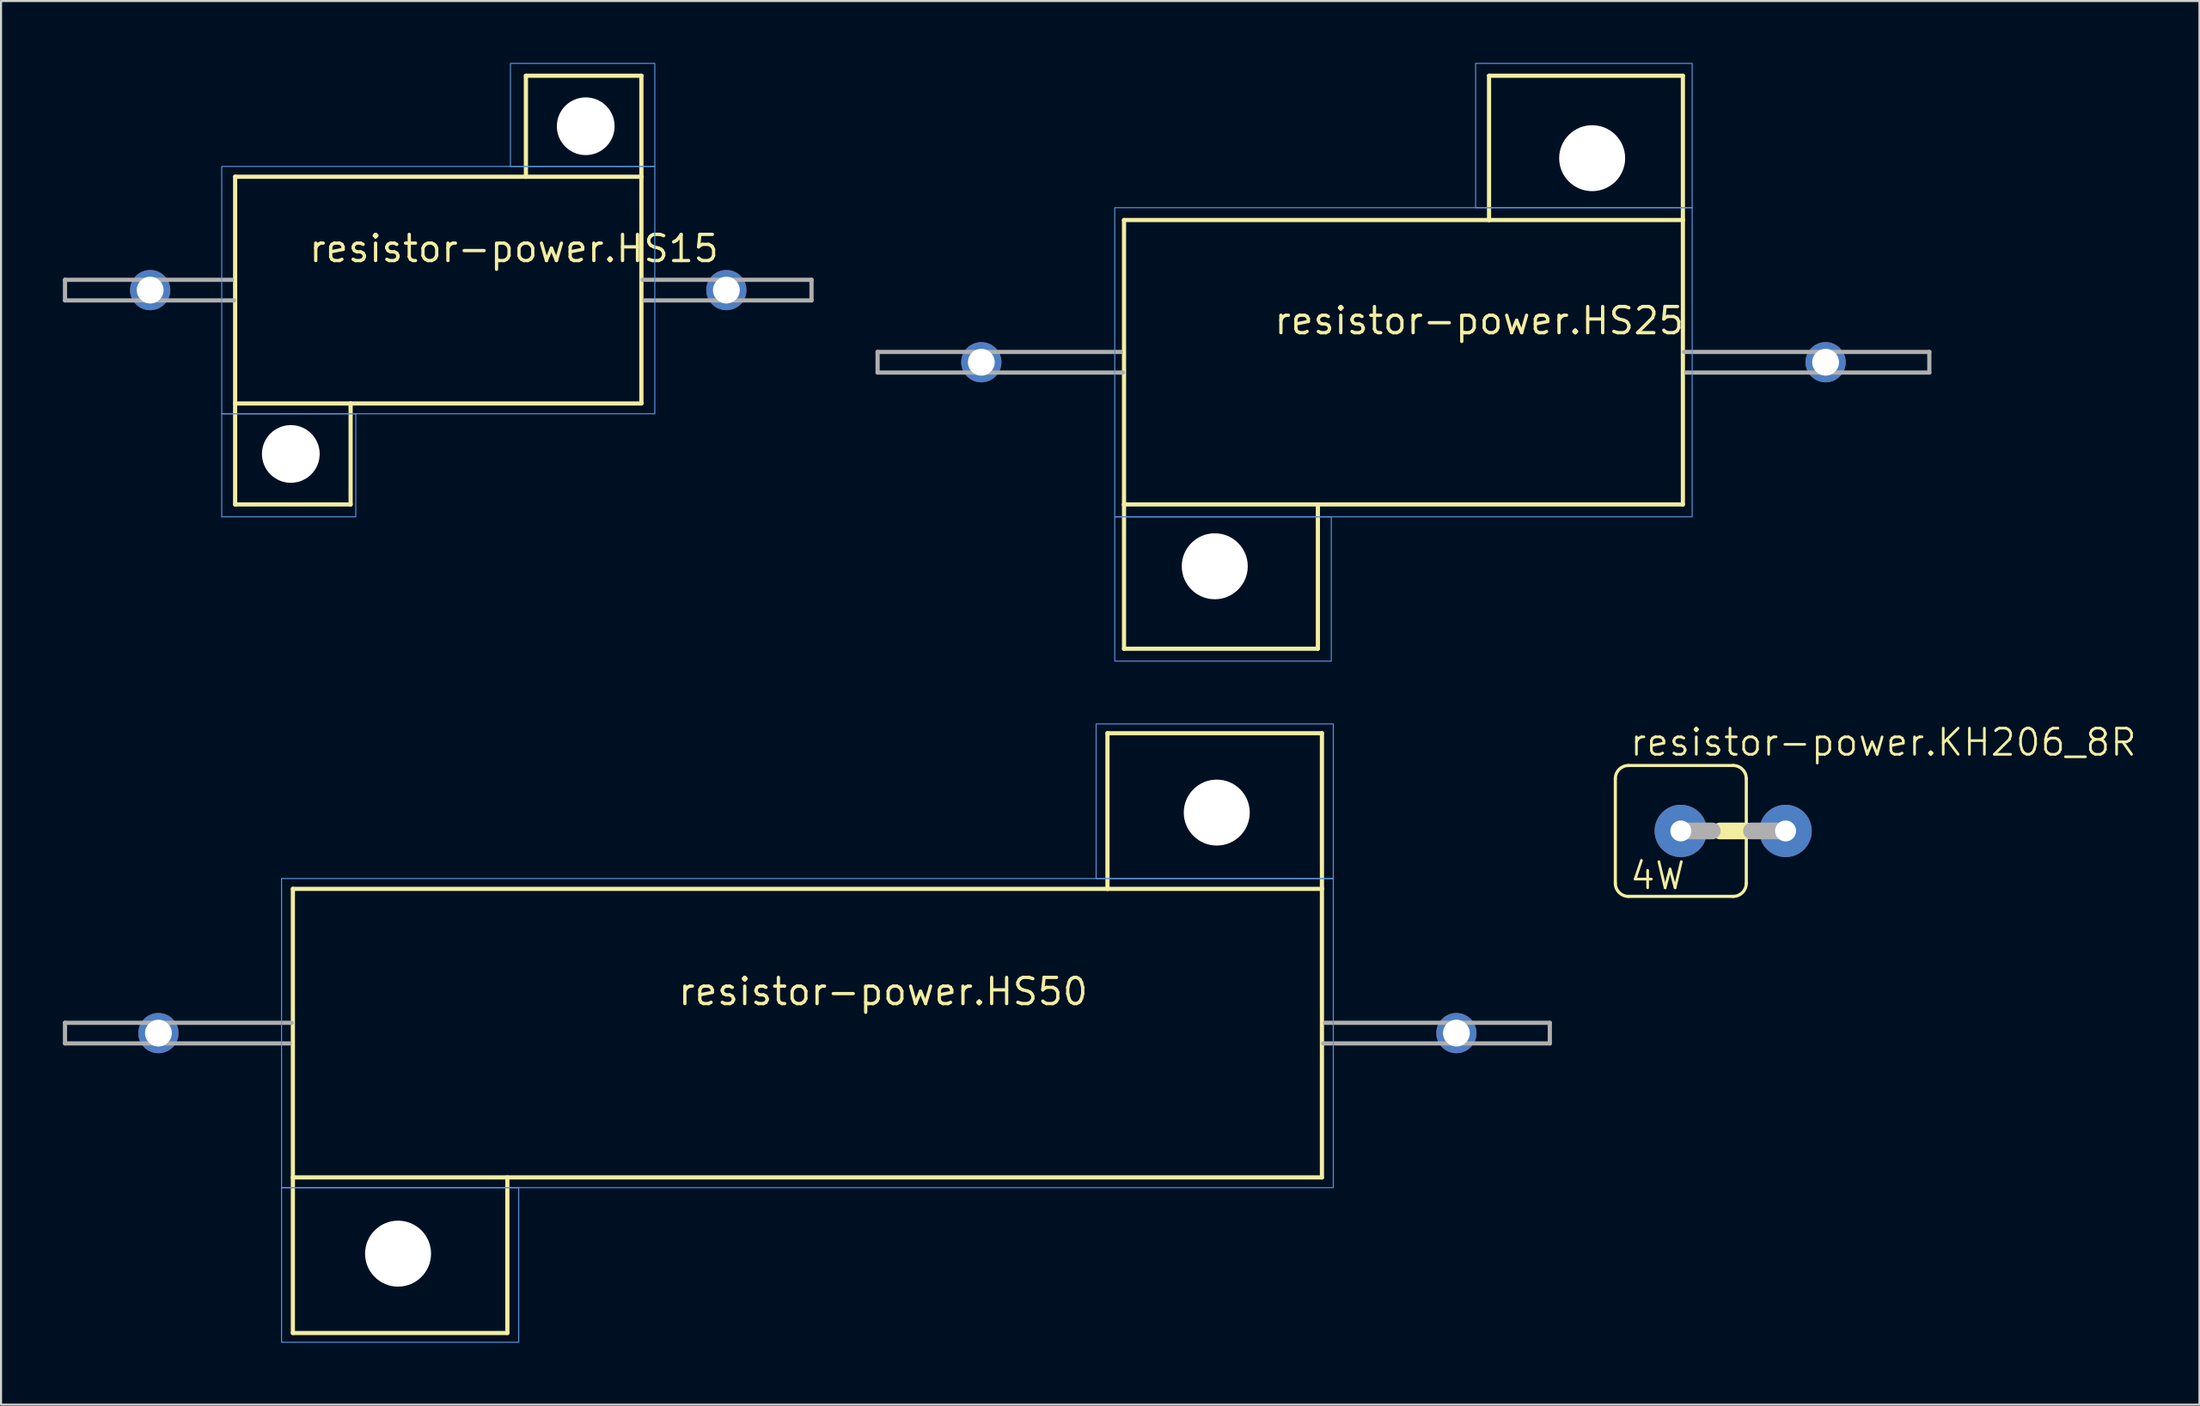
<source format=kicad_pcb>
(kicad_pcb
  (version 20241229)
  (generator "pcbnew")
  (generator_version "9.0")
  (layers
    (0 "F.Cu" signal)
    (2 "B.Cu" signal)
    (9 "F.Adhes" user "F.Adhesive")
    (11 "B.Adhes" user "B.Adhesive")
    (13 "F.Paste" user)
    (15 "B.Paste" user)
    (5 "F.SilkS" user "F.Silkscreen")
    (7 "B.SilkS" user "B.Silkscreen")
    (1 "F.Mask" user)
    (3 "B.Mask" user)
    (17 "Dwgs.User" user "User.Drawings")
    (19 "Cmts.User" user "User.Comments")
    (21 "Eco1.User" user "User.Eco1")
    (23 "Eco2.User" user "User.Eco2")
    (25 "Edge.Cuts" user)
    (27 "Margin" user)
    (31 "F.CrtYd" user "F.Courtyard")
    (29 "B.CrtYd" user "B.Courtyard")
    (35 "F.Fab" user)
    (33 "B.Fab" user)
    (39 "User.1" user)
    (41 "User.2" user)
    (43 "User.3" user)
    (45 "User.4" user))
  (footprint "resistor-power.HS15"
    (layer "F.Cu")
    (at 18.202 11.025)
    (property "Reference" "resistor-power.HS15" (at -6.35 -1.27 0) (layer "F.SilkS") (effects (font (size 1.27 1.27) (thickness 0.16)) (justify left bottom)))
    (attr through_hole)
    (fp_line (start -9.85 -5.5) (end -9.85 5.5) (stroke (width 0.203) (type default)) (layer "F.SilkS"))
    (fp_line (start -9.85 5.5) (end -9.85 10.4) (stroke (width 0.203) (type default)) (layer "F.SilkS"))
    (fp_line (start -9.85 5.5) (end -4.25 5.5) (stroke (width 0.203) (type default)) (layer "F.SilkS"))
    (fp_line (start -9.85 10.4) (end -4.25 10.4) (stroke (width 0.203) (type default)) (layer "F.SilkS"))
    (fp_line (start -4.25 5.5) (end -4.25 10.4) (stroke (width 0.203) (type default)) (layer "F.SilkS"))
    (fp_line (start -4.25 5.5) (end 9.85 5.5) (stroke (width 0.203) (type default)) (layer "F.SilkS"))
    (fp_line (start 4.25 -5.5) (end 4.25 -10.4) (stroke (width 0.203) (type default)) (layer "F.SilkS"))
    (fp_line (start 9.85 -10.4) (end 4.25 -10.4) (stroke (width 0.203) (type default)) (layer "F.SilkS"))
    (fp_line (start 9.85 -5.5) (end -9.85 -5.5) (stroke (width 0.203) (type default)) (layer "F.SilkS"))
    (fp_line (start 9.85 -5.5) (end 9.85 -10.4) (stroke (width 0.203) (type default)) (layer "F.SilkS"))
    (fp_line (start 9.85 5.5) (end 9.85 -5.5) (stroke (width 0.203) (type default)) (layer "F.SilkS"))
    (fp_rect (start -10.5 6) (end 10.5 -6) (stroke (width 0.05) (type default)) (fill no) (layer "Cmts.User"))
    (fp_rect (start -10.5 11) (end -4 6) (stroke (width 0.05) (type default)) (fill no) (layer "Cmts.User"))
    (fp_rect (start 3.5 -6) (end 10.5 -11) (stroke (width 0.05) (type default)) (fill no) (layer "Cmts.User"))
    (fp_line (start -18.1 -0.5) (end -10 -0.5) (stroke (width 0.203) (type default)) (layer "F.Fab"))
    (fp_line (start -18.1 0.5) (end -18.1 -0.5) (stroke (width 0.203) (type default)) (layer "F.Fab"))
    (fp_line (start -9.9 0.5) (end -18.1 0.5) (stroke (width 0.203) (type default)) (layer "F.Fab"))
    (fp_line (start 9.9 -0.5) (end 18.1 -0.5) (stroke (width 0.203) (type default)) (layer "F.Fab"))
    (fp_line (start 18.1 -0.5) (end 18.1 0.5) (stroke (width 0.203) (type default)) (layer "F.Fab"))
    (fp_line (start 18.1 0.5) (end 10 0.5) (stroke (width 0.203) (type default)) (layer "F.Fab"))
    (pad "" np_thru_hole circle (at -7.15 7.95) (size 2.8 2.8) (drill 2.8) (layers "*.Cu" "*.Mask"))
    (pad "" np_thru_hole circle (at 7.15 -7.95) (size 2.8 2.8) (drill 2.8) (layers "*.Cu" "*.Mask"))
    (pad "1" thru_hole circle (at -13.97 0) (size 1.95 1.95) (drill 1.3) (layers "*.Cu" "*.Mask"))
    (pad "2" thru_hole circle (at 13.97 0) (size 1.95 1.95) (drill 1.3) (layers "*.Cu" "*.Mask")))
  (footprint "resistor-power.KH206_8R"
    (layer "F.Cu")
    (at 80.994 37.266)
    (property "Reference" "resistor-power.KH206_8R" (at -5.08 -3.556 0) (layer "F.SilkS") (effects (font (size 1.27 1.27) (thickness 0.13)) (justify left bottom)))
    (attr through_hole)
    (fp_line (start -5.715 -2.54) (end -5.715 2.54) (stroke (width 0.152) (type default)) (layer "F.SilkS"))
    (fp_line (start -5.08 3.175) (end 0 3.175) (stroke (width 0.152) (type default)) (layer "F.SilkS"))
    (fp_line (start 0 -3.175) (end -5.08 -3.175) (stroke (width 0.152) (type default)) (layer "F.SilkS"))
    (fp_line (start 0.635 0) (end -0.635 0) (stroke (width 0.813) (type default)) (layer "F.SilkS"))
    (fp_line (start 0.635 0) (end 0.635 -2.54) (stroke (width 0.152) (type default)) (layer "F.SilkS"))
    (fp_line (start 0.635 2.54) (end 0.635 0) (stroke (width 0.152) (type default)) (layer "F.SilkS"))
    (fp_arc (start -5.715 -2.54) (mid -5.529013 -2.989013) (end -5.08 -3.175) (stroke (width 0.1524) (type default)) (layer "F.SilkS"))
    (fp_arc (start -5.08 3.175) (mid -5.529013 2.989013) (end -5.715 2.54) (stroke (width 0.1524) (type default)) (layer "F.SilkS"))
    (fp_arc (start 0 -3.175) (mid 0.449013 -2.989013) (end 0.635 -2.54) (stroke (width 0.1524) (type default)) (layer "F.SilkS"))
    (fp_arc (start 0.635 2.54) (mid 0.449013 2.989013) (end 0 3.175) (stroke (width 0.1524) (type default)) (layer "F.SilkS"))
    (fp_line (start -1.016 0) (end -2.54 0) (stroke (width 0.813) (type default)) (layer "F.Fab"))
    (fp_line (start 2.54 0) (end 0.889 0) (stroke (width 0.813) (type default)) (layer "F.Fab"))
    (fp_text user "4W" (at -5.08 2.921 0) (layer "F.SilkS") (effects (font (size 1.27 1.27) (thickness 0.13)) (justify left bottom)))
    (pad "1" thru_hole circle (at -2.54 0) (size 2.54 2.54) (drill 1.016) (layers "*.Cu" "*.Mask"))
    (pad "2" thru_hole circle (at 2.54 0) (size 2.54 2.54) (drill 1.016) (layers "*.Cu" "*.Mask")))
  (footprint "resistor-power.HS50"
    (layer "F.Cu")
    (at 36.102 47.075)
    (property "Reference" "resistor-power.HS50" (at -6.35 -1.27 0) (layer "F.SilkS") (effects (font (size 1.27 1.27) (thickness 0.16)) (justify left bottom)))
    (attr through_hole)
    (fp_line (start -24.95 -7) (end -24.95 7) (stroke (width 0.203) (type default)) (layer "F.SilkS"))
    (fp_line (start -24.95 7) (end -24.95 14.55) (stroke (width 0.203) (type default)) (layer "F.SilkS"))
    (fp_line (start -24.95 7) (end 24.95 7) (stroke (width 0.203) (type default)) (layer "F.SilkS"))
    (fp_line (start -24.95 14.55) (end -14.55 14.55) (stroke (width 0.203) (type default)) (layer "F.SilkS"))
    (fp_line (start -14.55 7) (end -14.55 14.55) (stroke (width 0.203) (type default)) (layer "F.SilkS"))
    (fp_line (start 14.55 -7) (end -24.95 -7) (stroke (width 0.203) (type default)) (layer "F.SilkS"))
    (fp_line (start 14.55 -7) (end 14.55 -14.55) (stroke (width 0.203) (type default)) (layer "F.SilkS"))
    (fp_line (start 24.95 -14.55) (end 14.55 -14.55) (stroke (width 0.203) (type default)) (layer "F.SilkS"))
    (fp_line (start 24.95 -7) (end 14.55 -7) (stroke (width 0.203) (type default)) (layer "F.SilkS"))
    (fp_line (start 24.95 -7) (end 24.95 -14.55) (stroke (width 0.203) (type default)) (layer "F.SilkS"))
    (fp_line (start 24.95 7) (end 24.95 -7) (stroke (width 0.203) (type default)) (layer "F.SilkS"))
    (fp_rect (start -25.5 7.5) (end 25.5 -7.5) (stroke (width 0.05) (type default)) (fill no) (layer "Cmts.User"))
    (fp_rect (start -25.5 15) (end -14 7.5) (stroke (width 0.05) (type default)) (fill no) (layer "Cmts.User"))
    (fp_rect (start 14 -7.5) (end 25.5 -15) (stroke (width 0.05) (type default)) (fill no) (layer "Cmts.User"))
    (fp_line (start -36 -0.5) (end -36 0.5) (stroke (width 0.203) (type default)) (layer "F.Fab"))
    (fp_line (start -36 0.5) (end -25.1 0.5) (stroke (width 0.203) (type default)) (layer "F.Fab"))
    (fp_line (start -25 -0.5) (end -36 -0.5) (stroke (width 0.203) (type default)) (layer "F.Fab"))
    (fp_line (start 25 0.5) (end 36 0.5) (stroke (width 0.203) (type default)) (layer "F.Fab"))
    (fp_line (start 36 -0.5) (end 25.1 -0.5) (stroke (width 0.203) (type default)) (layer "F.Fab"))
    (fp_line (start 36 0.5) (end 36 -0.5) (stroke (width 0.203) (type default)) (layer "F.Fab"))
    (pad "" np_thru_hole circle (at -19.85 10.7) (size 3.2 3.2) (drill 3.2) (layers "*.Cu" "*.Mask"))
    (pad "" np_thru_hole circle (at 19.85 -10.7) (size 3.2 3.2) (drill 3.2) (layers "*.Cu" "*.Mask"))
    (pad "1" thru_hole circle (at -31.47 0) (size 1.95 1.95) (drill 1.3) (layers "*.Cu" "*.Mask"))
    (pad "2" thru_hole circle (at 31.47 0) (size 1.95 1.95) (drill 1.3) (layers "*.Cu" "*.Mask")))
  (footprint "resistor-power.HS25"
    (layer "F.Cu")
    (at 65.005 14.525)
    (property "Reference" "resistor-power.HS25" (at -6.35 -1.27 0) (layer "F.SilkS") (effects (font (size 1.27 1.27) (thickness 0.16)) (justify left bottom)))
    (attr through_hole)
    (fp_line (start -13.55 -6.9) (end -13.55 6.9) (stroke (width 0.203) (type default)) (layer "F.SilkS"))
    (fp_line (start -13.55 6.9) (end -13.55 13.9) (stroke (width 0.203) (type default)) (layer "F.SilkS"))
    (fp_line (start -13.55 6.9) (end 13.55 6.9) (stroke (width 0.203) (type default)) (layer "F.SilkS"))
    (fp_line (start -13.55 13.9) (end -4.15 13.9) (stroke (width 0.203) (type default)) (layer "F.SilkS"))
    (fp_line (start -4.15 6.9) (end -4.15 13.9) (stroke (width 0.203) (type default)) (layer "F.SilkS"))
    (fp_line (start 4.15 -6.9) (end -13.55 -6.9) (stroke (width 0.203) (type default)) (layer "F.SilkS"))
    (fp_line (start 4.15 -6.9) (end 4.15 -13.9) (stroke (width 0.203) (type default)) (layer "F.SilkS"))
    (fp_line (start 13.55 -13.9) (end 4.15 -13.9) (stroke (width 0.203) (type default)) (layer "F.SilkS"))
    (fp_line (start 13.55 -6.9) (end 4.15 -6.9) (stroke (width 0.203) (type default)) (layer "F.SilkS"))
    (fp_line (start 13.55 -6.9) (end 13.55 -13.9) (stroke (width 0.203) (type default)) (layer "F.SilkS"))
    (fp_line (start 13.55 6.9) (end 13.55 -6.9) (stroke (width 0.203) (type default)) (layer "F.SilkS"))
    (fp_rect (start -14 7.5) (end 14 -7.5) (stroke (width 0.05) (type default)) (fill no) (layer "Cmts.User"))
    (fp_rect (start -14 14.5) (end -3.5 7.5) (stroke (width 0.05) (type default)) (fill no) (layer "Cmts.User"))
    (fp_rect (start 3.5 -7.5) (end 14 -14.5) (stroke (width 0.05) (type default)) (fill no) (layer "Cmts.User"))
    (fp_line (start -25.5 -0.5) (end -13.7 -0.5) (stroke (width 0.203) (type default)) (layer "F.Fab"))
    (fp_line (start -25.5 0.5) (end -25.5 -0.5) (stroke (width 0.203) (type default)) (layer "F.Fab"))
    (fp_line (start -13.6 0.5) (end -25.5 0.5) (stroke (width 0.203) (type default)) (layer "F.Fab"))
    (fp_line (start 13.6 -0.5) (end 25.5 -0.5) (stroke (width 0.203) (type default)) (layer "F.Fab"))
    (fp_line (start 25.5 -0.5) (end 25.5 0.5) (stroke (width 0.203) (type default)) (layer "F.Fab"))
    (fp_line (start 25.5 0.5) (end 13.7 0.5) (stroke (width 0.203) (type default)) (layer "F.Fab"))
    (pad "" np_thru_hole circle (at -9.15 9.9) (size 3.2 3.2) (drill 3.2) (layers "*.Cu" "*.Mask"))
    (pad "" np_thru_hole circle (at 9.15 -9.9) (size 3.2 3.2) (drill 3.2) (layers "*.Cu" "*.Mask"))
    (pad "1" thru_hole circle (at -20.47 0) (size 1.95 1.95) (drill 1.3) (layers "*.Cu" "*.Mask"))
    (pad "2" thru_hole circle (at 20.47 0) (size 1.95 1.95) (drill 1.3) (layers "*.Cu" "*.Mask")))
  (gr_rect
    (start -3 -3)
    (end 103.604 65.1)
    (stroke (width 0.1) (type default))
    (fill no)
    (layer "Edge.Cuts")))
</source>
